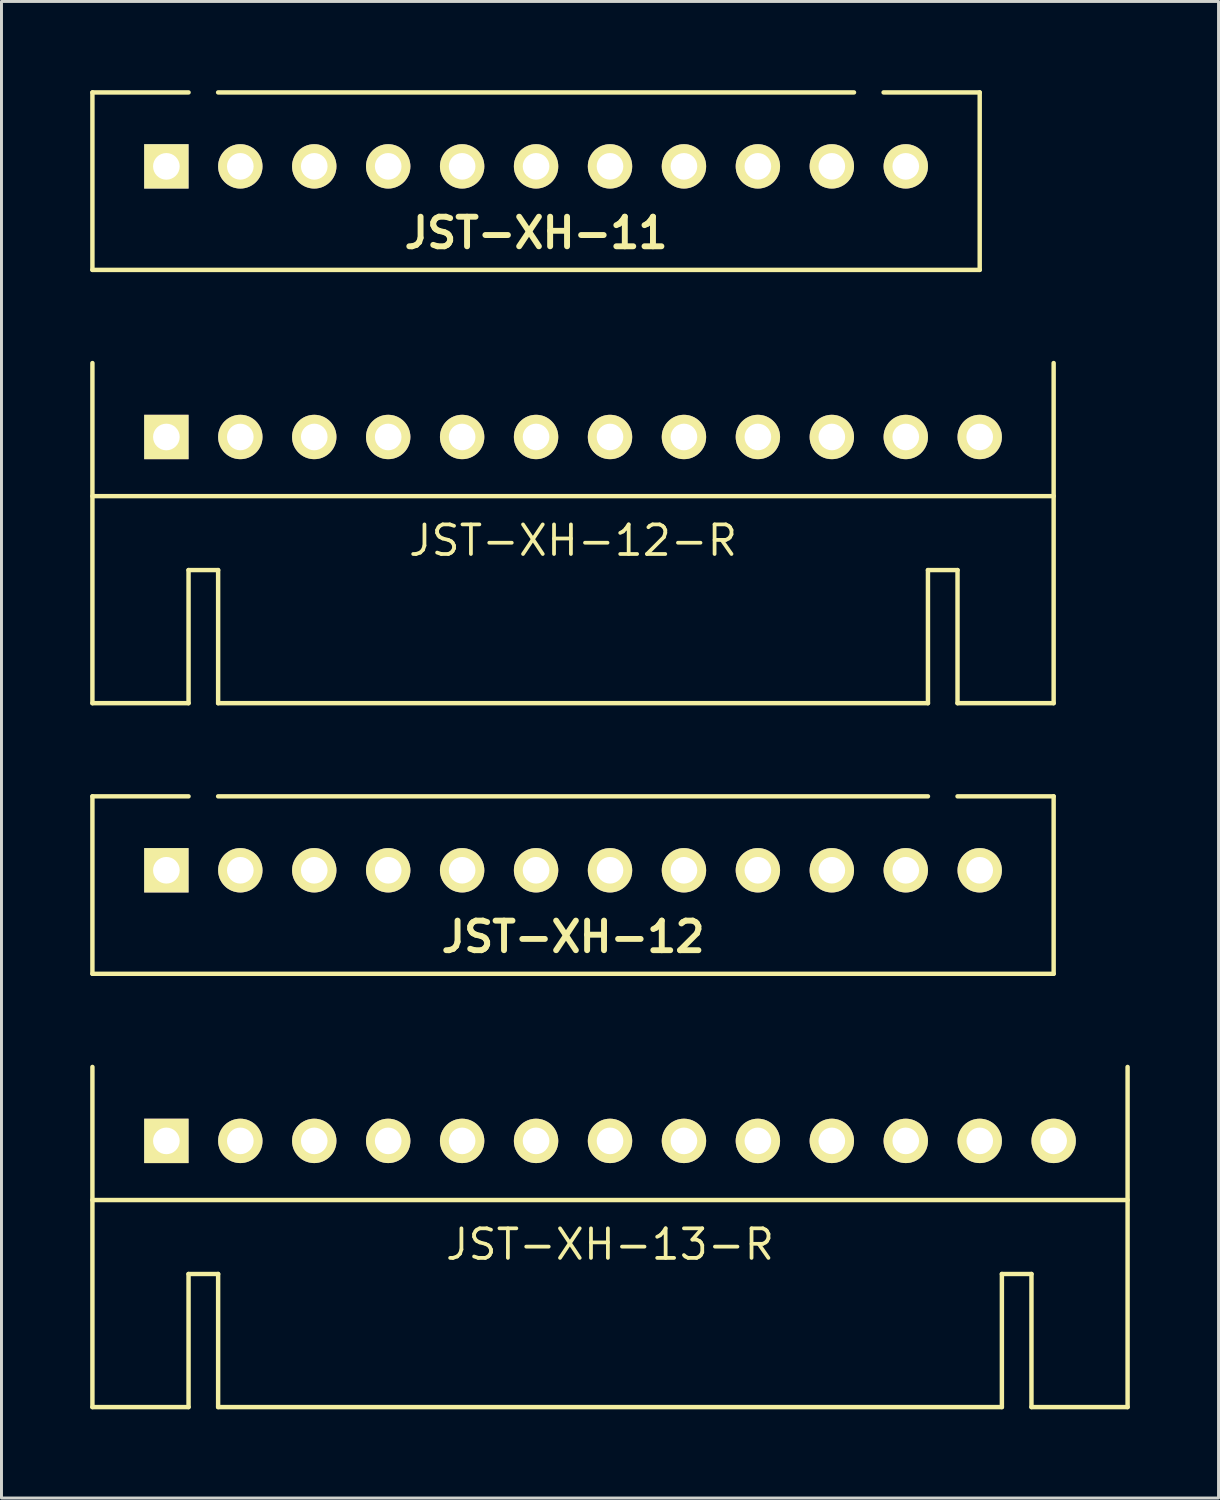
<source format=kicad_pcb>
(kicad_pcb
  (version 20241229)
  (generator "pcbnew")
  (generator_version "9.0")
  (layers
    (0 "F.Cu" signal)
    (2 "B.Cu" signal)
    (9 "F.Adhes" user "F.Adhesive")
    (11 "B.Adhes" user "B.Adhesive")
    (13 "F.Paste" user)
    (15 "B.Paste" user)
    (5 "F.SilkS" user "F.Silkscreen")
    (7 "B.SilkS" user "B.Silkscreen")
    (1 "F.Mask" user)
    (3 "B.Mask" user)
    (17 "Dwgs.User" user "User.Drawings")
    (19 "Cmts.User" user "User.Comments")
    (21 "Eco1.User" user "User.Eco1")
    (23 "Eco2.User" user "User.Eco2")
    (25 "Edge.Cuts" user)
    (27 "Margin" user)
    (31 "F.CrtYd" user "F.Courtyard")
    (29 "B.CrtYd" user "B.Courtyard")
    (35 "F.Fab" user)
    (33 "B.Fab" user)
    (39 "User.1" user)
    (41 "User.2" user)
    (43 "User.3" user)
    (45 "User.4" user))
  (footprint "JST-XH-12-R"
    (layer "F.Cu")
    (at 16.325 11.725)
    (property "Reference" "JST-XH-12-R" (at 0 3.5 0) (layer "F.SilkS") (effects (font (size 1 1) (thickness 0.127))))
    (attr through_hole)
    (fp_line (start -16.25 2) (end 16.25 2) (stroke (width 0.15) (type solid)) (layer "F.SilkS"))
    (fp_line (start -16.25 9) (end -16.25 -2.5) (stroke (width 0.15) (type solid)) (layer "F.SilkS"))
    (fp_line (start -13 4.5) (end -13 9) (stroke (width 0.15) (type solid)) (layer "F.SilkS"))
    (fp_line (start -13 9) (end -16.25 9) (stroke (width 0.15) (type solid)) (layer "F.SilkS"))
    (fp_line (start -12 4.5) (end -13 4.5) (stroke (width 0.15) (type solid)) (layer "F.SilkS"))
    (fp_line (start -12 9) (end -12 4.5) (stroke (width 0.15) (type solid)) (layer "F.SilkS"))
    (fp_line (start 12 4.5) (end 12 9) (stroke (width 0.15) (type solid)) (layer "F.SilkS"))
    (fp_line (start 12 9) (end -12 9) (stroke (width 0.15) (type solid)) (layer "F.SilkS"))
    (fp_line (start 13 4.5) (end 12 4.5) (stroke (width 0.15) (type solid)) (layer "F.SilkS"))
    (fp_line (start 13 9) (end 13 4.5) (stroke (width 0.15) (type solid)) (layer "F.SilkS"))
    (fp_line (start 16.25 9) (end 13 9) (stroke (width 0.15) (type solid)) (layer "F.SilkS"))
    (fp_line (start 16.25 9) (end 16.25 -2.5) (stroke (width 0.15) (type solid)) (layer "F.SilkS"))
    (pad "1" thru_hole rect (at -13.75 0) (size 1.5 1.5) (drill 0.9) (layers "*.Cu" "*.Mask" "F.SilkS"))
    (pad "2" thru_hole circle (at -11.25 0) (size 1.5 1.5) (drill 0.9) (layers "*.Cu" "*.Mask" "F.SilkS"))
    (pad "3" thru_hole circle (at -8.75 0) (size 1.5 1.5) (drill 0.9) (layers "*.Cu" "*.Mask" "F.SilkS"))
    (pad "4" thru_hole circle (at -6.25 0) (size 1.5 1.5) (drill 0.9) (layers "*.Cu" "*.Mask" "F.SilkS"))
    (pad "5" thru_hole circle (at -3.75 0) (size 1.5 1.5) (drill 0.9) (layers "*.Cu" "*.Mask" "F.SilkS"))
    (pad "6" thru_hole circle (at -1.25 0) (size 1.5 1.5) (drill 0.9) (layers "*.Cu" "*.Mask" "F.SilkS"))
    (pad "7" thru_hole circle (at 1.25 0) (size 1.5 1.5) (drill 0.9) (layers "*.Cu" "*.Mask" "F.SilkS"))
    (pad "8" thru_hole circle (at 3.75 0) (size 1.5 1.5) (drill 0.9) (layers "*.Cu" "*.Mask" "F.SilkS"))
    (pad "9" thru_hole circle (at 6.25 0) (size 1.5 1.5) (drill 0.9) (layers "*.Cu" "*.Mask" "F.SilkS"))
    (pad "10" thru_hole circle (at 8.75 0) (size 1.5 1.5) (drill 0.9) (layers "*.Cu" "*.Mask" "F.SilkS"))
    (pad "11" thru_hole circle (at 11.25 0) (size 1.5 1.5) (drill 0.9) (layers "*.Cu" "*.Mask" "F.SilkS"))
    (pad "12" thru_hole circle (at 13.75 0) (size 1.5 1.5) (drill 0.9) (layers "*.Cu" "*.Mask" "F.SilkS")))
  (footprint "JST-XH-11"
    (layer "F.Cu")
    (at 15.075 2.575)
    (property "Reference" "JST-XH-11" (at 0 2.25 0) (layer "F.SilkS") (effects (font (size 1 1) (thickness 0.2))))
    (attr through_hole)
    (fp_line (start -15 -2.5) (end -11.75 -2.5) (stroke (width 0.15) (type solid)) (layer "F.SilkS"))
    (fp_line (start -15 3.5) (end -15 -2.5) (stroke (width 0.15) (type solid)) (layer "F.SilkS"))
    (fp_line (start 10.75 -2.5) (end -10.75 -2.5) (stroke (width 0.15) (type solid)) (layer "F.SilkS"))
    (fp_line (start 15 -2.5) (end 11.75 -2.5) (stroke (width 0.15) (type solid)) (layer "F.SilkS"))
    (fp_line (start 15 -2.5) (end 15 3.5) (stroke (width 0.15) (type solid)) (layer "F.SilkS"))
    (fp_line (start 15 3.5) (end -15 3.5) (stroke (width 0.15) (type solid)) (layer "F.SilkS"))
    (pad "1" thru_hole rect (at -12.5 0) (size 1.5 1.5) (drill 0.9) (layers "*.Cu" "*.Mask" "F.SilkS"))
    (pad "2" thru_hole circle (at -10 0) (size 1.5 1.5) (drill 0.9) (layers "*.Cu" "*.Mask" "F.SilkS"))
    (pad "3" thru_hole circle (at -7.5 0) (size 1.5 1.5) (drill 0.9) (layers "*.Cu" "*.Mask" "F.SilkS"))
    (pad "4" thru_hole circle (at -5 0) (size 1.5 1.5) (drill 0.9) (layers "*.Cu" "*.Mask" "F.SilkS"))
    (pad "5" thru_hole circle (at -2.5 0) (size 1.5 1.5) (drill 0.9) (layers "*.Cu" "*.Mask" "F.SilkS"))
    (pad "6" thru_hole circle (at 0 0) (size 1.5 1.5) (drill 0.9) (layers "*.Cu" "*.Mask" "F.SilkS"))
    (pad "7" thru_hole circle (at 2.5 0) (size 1.5 1.5) (drill 0.9) (layers "*.Cu" "*.Mask" "F.SilkS"))
    (pad "8" thru_hole circle (at 5 0) (size 1.5 1.5) (drill 0.9) (layers "*.Cu" "*.Mask" "F.SilkS"))
    (pad "9" thru_hole circle (at 7.5 0) (size 1.5 1.5) (drill 0.9) (layers "*.Cu" "*.Mask" "F.SilkS"))
    (pad "10" thru_hole circle (at 10 0) (size 1.5 1.5) (drill 0.9) (layers "*.Cu" "*.Mask" "F.SilkS"))
    (pad "11" thru_hole circle (at 12.5 0) (size 1.5 1.5) (drill 0.9) (layers "*.Cu" "*.Mask" "F.SilkS")))
  (footprint "JST-XH-13-R"
    (layer "F.Cu")
    (at 17.575 35.525)
    (property "Reference" "JST-XH-13-R" (at 0 3.5 0) (layer "F.SilkS") (effects (font (size 1 1) (thickness 0.127))))
    (attr through_hole)
    (fp_line (start -17.5 2) (end 17.5 2) (stroke (width 0.15) (type solid)) (layer "F.SilkS"))
    (fp_line (start -17.5 9) (end -17.5 -2.5) (stroke (width 0.15) (type solid)) (layer "F.SilkS"))
    (fp_line (start -14.25 4.5) (end -14.25 9) (stroke (width 0.15) (type solid)) (layer "F.SilkS"))
    (fp_line (start -14.25 9) (end -17.5 9) (stroke (width 0.15) (type solid)) (layer "F.SilkS"))
    (fp_line (start -13.25 4.5) (end -14.25 4.5) (stroke (width 0.15) (type solid)) (layer "F.SilkS"))
    (fp_line (start -13.25 9) (end -13.25 4.5) (stroke (width 0.15) (type solid)) (layer "F.SilkS"))
    (fp_line (start 13.25 4.5) (end 13.25 9) (stroke (width 0.15) (type solid)) (layer "F.SilkS"))
    (fp_line (start 13.25 9) (end -13.25 9) (stroke (width 0.15) (type solid)) (layer "F.SilkS"))
    (fp_line (start 14.25 4.5) (end 13.25 4.5) (stroke (width 0.15) (type solid)) (layer "F.SilkS"))
    (fp_line (start 14.25 9) (end 14.25 4.5) (stroke (width 0.15) (type solid)) (layer "F.SilkS"))
    (fp_line (start 17.5 9) (end 14.25 9) (stroke (width 0.15) (type solid)) (layer "F.SilkS"))
    (fp_line (start 17.5 9) (end 17.5 -2.5) (stroke (width 0.15) (type solid)) (layer "F.SilkS"))
    (pad "1" thru_hole rect (at -15 0) (size 1.5 1.5) (drill 0.9) (layers "*.Cu" "*.Mask" "F.SilkS"))
    (pad "2" thru_hole circle (at -12.5 0) (size 1.5 1.5) (drill 0.9) (layers "*.Cu" "*.Mask" "F.SilkS"))
    (pad "3" thru_hole circle (at -10 0) (size 1.5 1.5) (drill 0.9) (layers "*.Cu" "*.Mask" "F.SilkS"))
    (pad "4" thru_hole circle (at -7.5 0) (size 1.5 1.5) (drill 0.9) (layers "*.Cu" "*.Mask" "F.SilkS"))
    (pad "5" thru_hole circle (at -5 0) (size 1.5 1.5) (drill 0.9) (layers "*.Cu" "*.Mask" "F.SilkS"))
    (pad "6" thru_hole circle (at -2.5 0) (size 1.5 1.5) (drill 0.9) (layers "*.Cu" "*.Mask" "F.SilkS"))
    (pad "7" thru_hole circle (at 0 0) (size 1.5 1.5) (drill 0.9) (layers "*.Cu" "*.Mask" "F.SilkS"))
    (pad "8" thru_hole circle (at 2.5 0) (size 1.5 1.5) (drill 0.9) (layers "*.Cu" "*.Mask" "F.SilkS"))
    (pad "9" thru_hole circle (at 5 0) (size 1.5 1.5) (drill 0.9) (layers "*.Cu" "*.Mask" "F.SilkS"))
    (pad "10" thru_hole circle (at 7.5 0) (size 1.5 1.5) (drill 0.9) (layers "*.Cu" "*.Mask" "F.SilkS"))
    (pad "11" thru_hole circle (at 10 0) (size 1.5 1.5) (drill 0.9) (layers "*.Cu" "*.Mask" "F.SilkS"))
    (pad "12" thru_hole circle (at 12.5 0) (size 1.5 1.5) (drill 0.9) (layers "*.Cu" "*.Mask" "F.SilkS"))
    (pad "13" thru_hole circle (at 15 0) (size 1.5 1.5) (drill 0.9) (layers "*.Cu" "*.Mask" "F.SilkS")))
  (footprint "JST-XH-12"
    (layer "F.Cu")
    (at 16.325 26.375)
    (property "Reference" "JST-XH-12" (at 0 2.25 0) (layer "F.SilkS") (effects (font (size 1 1) (thickness 0.2))))
    (attr through_hole)
    (fp_line (start -16.25 -2.5) (end -13 -2.5) (stroke (width 0.15) (type solid)) (layer "F.SilkS"))
    (fp_line (start -16.25 3.5) (end -16.25 -2.5) (stroke (width 0.15) (type solid)) (layer "F.SilkS"))
    (fp_line (start 12 -2.5) (end -12 -2.5) (stroke (width 0.15) (type solid)) (layer "F.SilkS"))
    (fp_line (start 16.25 -2.5) (end 13 -2.5) (stroke (width 0.15) (type solid)) (layer "F.SilkS"))
    (fp_line (start 16.25 -2.5) (end 16.25 3.5) (stroke (width 0.15) (type solid)) (layer "F.SilkS"))
    (fp_line (start 16.25 3.5) (end -16.25 3.5) (stroke (width 0.15) (type solid)) (layer "F.SilkS"))
    (pad "1" thru_hole rect (at -13.75 0) (size 1.5 1.5) (drill 0.9) (layers "*.Cu" "*.Mask" "F.SilkS"))
    (pad "2" thru_hole circle (at -11.25 0) (size 1.5 1.5) (drill 0.9) (layers "*.Cu" "*.Mask" "F.SilkS"))
    (pad "3" thru_hole circle (at -8.75 0) (size 1.5 1.5) (drill 0.9) (layers "*.Cu" "*.Mask" "F.SilkS"))
    (pad "4" thru_hole circle (at -6.25 0) (size 1.5 1.5) (drill 0.9) (layers "*.Cu" "*.Mask" "F.SilkS"))
    (pad "5" thru_hole circle (at -3.75 0) (size 1.5 1.5) (drill 0.9) (layers "*.Cu" "*.Mask" "F.SilkS"))
    (pad "6" thru_hole circle (at -1.25 0) (size 1.5 1.5) (drill 0.9) (layers "*.Cu" "*.Mask" "F.SilkS"))
    (pad "7" thru_hole circle (at 1.25 0) (size 1.5 1.5) (drill 0.9) (layers "*.Cu" "*.Mask" "F.SilkS"))
    (pad "8" thru_hole circle (at 3.75 0) (size 1.5 1.5) (drill 0.9) (layers "*.Cu" "*.Mask" "F.SilkS"))
    (pad "9" thru_hole circle (at 6.25 0) (size 1.5 1.5) (drill 0.9) (layers "*.Cu" "*.Mask" "F.SilkS"))
    (pad "10" thru_hole circle (at 8.75 0) (size 1.5 1.5) (drill 0.9) (layers "*.Cu" "*.Mask" "F.SilkS"))
    (pad "11" thru_hole circle (at 11.25 0) (size 1.5 1.5) (drill 0.9) (layers "*.Cu" "*.Mask" "F.SilkS"))
    (pad "12" thru_hole circle (at 13.75 0) (size 1.5 1.5) (drill 0.9) (layers "*.Cu" "*.Mask" "F.SilkS")))
  (gr_rect
    (start -3 -3)
    (end 38.15 47.6)
    (stroke (width 0.1) (type default))
    (fill no)
    (layer "Edge.Cuts")))
</source>
